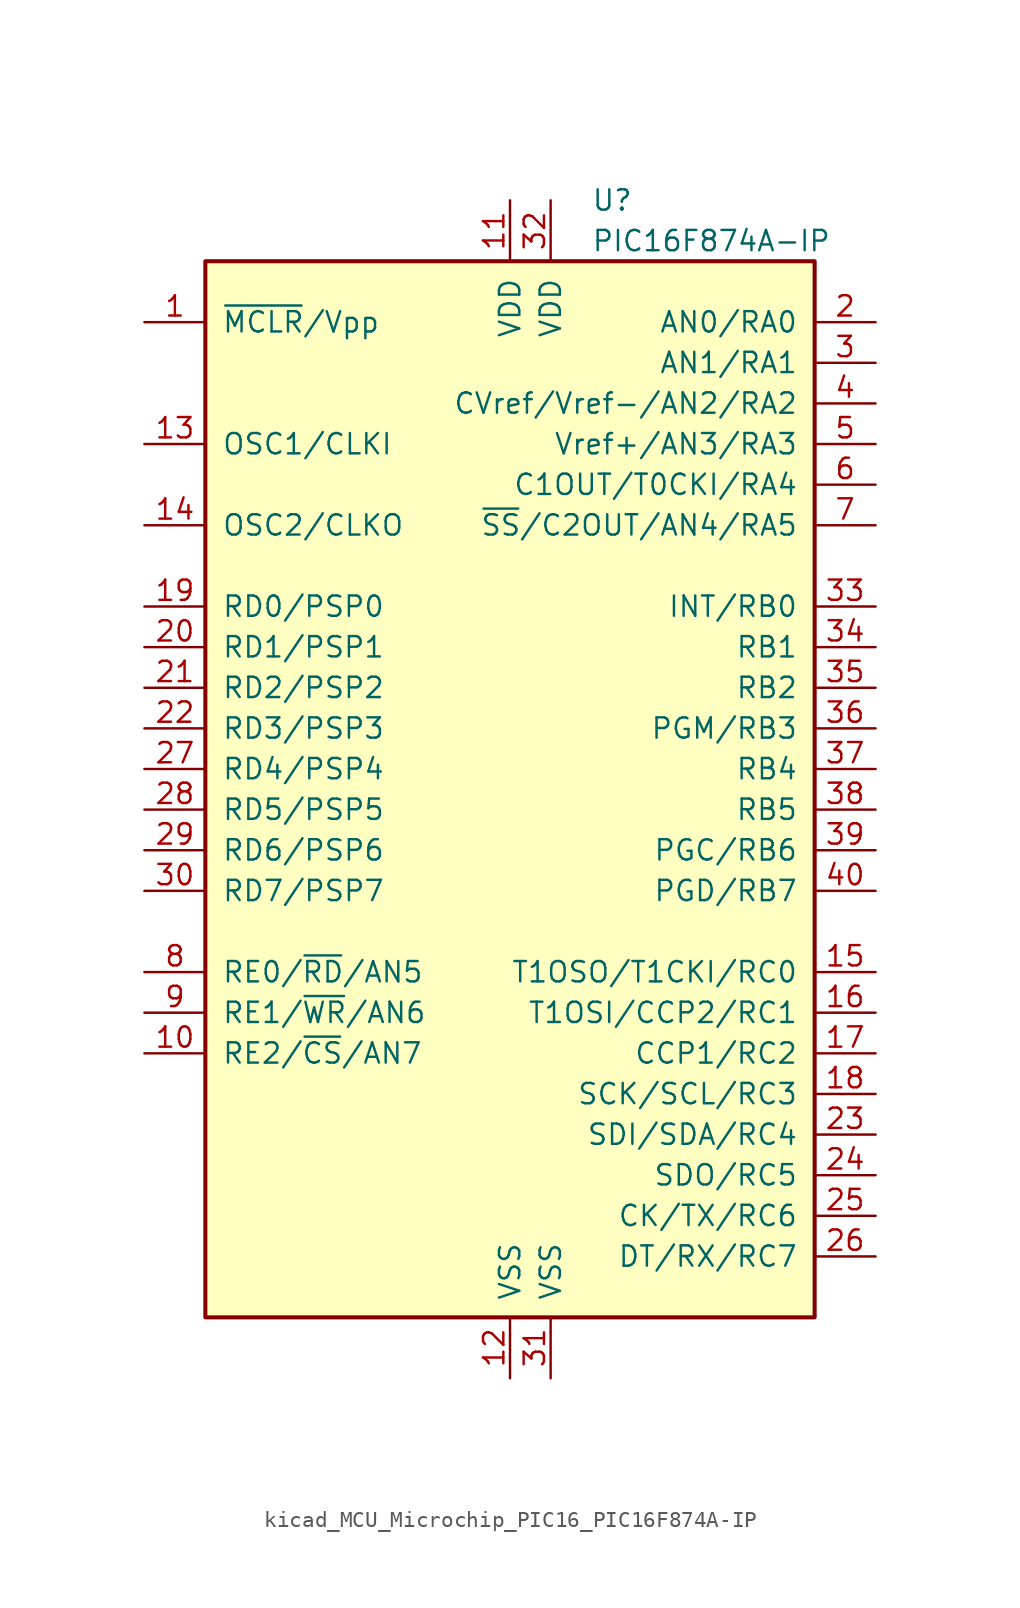
<source format=kicad_sym>
(kicad_symbol_lib
  (version 20220914)
  (generator kicad_symbol_editor)
  (symbol "kicad_MCU_Microchip_PIC16_PIC16F874A-IP"
    (pin_names
      (offset 1.016))
    (property "Reference" "U"
      (at 5.08 35.56 0)
      (effects (font (size 1.27 1.27)) (justify left)))
    (property "Value" "PIC16F874A-IP"
      (at 5.08 33.02 0)
      (effects (font (size 1.27 1.27)) (justify left)))
    (symbol "kicad_MCU_Microchip_PIC16_PIC16F874A-IP_0_1"
      (rectangle (start -19.05 31.75) (end 19.05 -34.29) (stroke (width 0.254) (type default)) (fill (type background))))
    (symbol "kicad_MCU_Microchip_PIC16_PIC16F874A-IP_1_1"
      (pin input line (at -22.86 27.94 0) (length 3.81) (name "~{MCLR}/Vpp" (effects (font (size 1.27 1.27)))) (number "1" (effects (font (size 1.27 1.27)))))
      (pin bidirectional line (at -22.86 -17.78 0) (length 3.81) (name "RE2/~{CS}/AN7" (effects (font (size 1.27 1.27)))) (number "10" (effects (font (size 1.27 1.27)))))
      (pin power_in line (at 0 35.56 270) (length 3.81) (name "VDD" (effects (font (size 1.27 1.27)))) (number "11" (effects (font (size 1.27 1.27)))))
      (pin power_in line (at 0 -38.1 90) (length 3.81) (name "VSS" (effects (font (size 1.27 1.27)))) (number "12" (effects (font (size 1.27 1.27)))))
      (pin input line (at -22.86 20.32 0) (length 3.81) (name "OSC1/CLKI" (effects (font (size 1.27 1.27)))) (number "13" (effects (font (size 1.27 1.27)))))
      (pin output line (at -22.86 15.24 0) (length 3.81) (name "OSC2/CLKO" (effects (font (size 1.27 1.27)))) (number "14" (effects (font (size 1.27 1.27)))))
      (pin bidirectional line (at 22.86 -12.7 180) (length 3.81) (name "T1OSO/T1CKI/RC0" (effects (font (size 1.27 1.27)))) (number "15" (effects (font (size 1.27 1.27)))))
      (pin bidirectional line (at 22.86 -15.24 180) (length 3.81) (name "T1OSI/CCP2/RC1" (effects (font (size 1.27 1.27)))) (number "16" (effects (font (size 1.27 1.27)))))
      (pin bidirectional line (at 22.86 -17.78 180) (length 3.81) (name "CCP1/RC2" (effects (font (size 1.27 1.27)))) (number "17" (effects (font (size 1.27 1.27)))))
      (pin bidirectional line (at 22.86 -20.32 180) (length 3.81) (name "SCK/SCL/RC3" (effects (font (size 1.27 1.27)))) (number "18" (effects (font (size 1.27 1.27)))))
      (pin bidirectional line (at -22.86 10.16 0) (length 3.81) (name "RD0/PSP0" (effects (font (size 1.27 1.27)))) (number "19" (effects (font (size 1.27 1.27)))))
      (pin bidirectional line (at 22.86 27.94 180) (length 3.81) (name "AN0/RA0" (effects (font (size 1.27 1.27)))) (number "2" (effects (font (size 1.27 1.27)))))
      (pin bidirectional line (at -22.86 7.62 0) (length 3.81) (name "RD1/PSP1" (effects (font (size 1.27 1.27)))) (number "20" (effects (font (size 1.27 1.27)))))
      (pin bidirectional line (at -22.86 5.08 0) (length 3.81) (name "RD2/PSP2" (effects (font (size 1.27 1.27)))) (number "21" (effects (font (size 1.27 1.27)))))
      (pin bidirectional line (at -22.86 2.54 0) (length 3.81) (name "RD3/PSP3" (effects (font (size 1.27 1.27)))) (number "22" (effects (font (size 1.27 1.27)))))
      (pin bidirectional line (at 22.86 -22.86 180) (length 3.81) (name "SDI/SDA/RC4" (effects (font (size 1.27 1.27)))) (number "23" (effects (font (size 1.27 1.27)))))
      (pin bidirectional line (at 22.86 -25.4 180) (length 3.81) (name "SDO/RC5" (effects (font (size 1.27 1.27)))) (number "24" (effects (font (size 1.27 1.27)))))
      (pin bidirectional line (at 22.86 -27.94 180) (length 3.81) (name "CK/TX/RC6" (effects (font (size 1.27 1.27)))) (number "25" (effects (font (size 1.27 1.27)))))
      (pin bidirectional line (at 22.86 -30.48 180) (length 3.81) (name "DT/RX/RC7" (effects (font (size 1.27 1.27)))) (number "26" (effects (font (size 1.27 1.27)))))
      (pin bidirectional line (at -22.86 0 0) (length 3.81) (name "RD4/PSP4" (effects (font (size 1.27 1.27)))) (number "27" (effects (font (size 1.27 1.27)))))
      (pin bidirectional line (at -22.86 -2.54 0) (length 3.81) (name "RD5/PSP5" (effects (font (size 1.27 1.27)))) (number "28" (effects (font (size 1.27 1.27)))))
      (pin bidirectional line (at -22.86 -5.08 0) (length 3.81) (name "RD6/PSP6" (effects (font (size 1.27 1.27)))) (number "29" (effects (font (size 1.27 1.27)))))
      (pin bidirectional line (at 22.86 25.4 180) (length 3.81) (name "AN1/RA1" (effects (font (size 1.27 1.27)))) (number "3" (effects (font (size 1.27 1.27)))))
      (pin bidirectional line (at -22.86 -7.62 0) (length 3.81) (name "RD7/PSP7" (effects (font (size 1.27 1.27)))) (number "30" (effects (font (size 1.27 1.27)))))
      (pin power_in line (at 2.54 -38.1 90) (length 3.81) (name "VSS" (effects (font (size 1.27 1.27)))) (number "31" (effects (font (size 1.27 1.27)))))
      (pin power_in line (at 2.54 35.56 270) (length 3.81) (name "VDD" (effects (font (size 1.27 1.27)))) (number "32" (effects (font (size 1.27 1.27)))))
      (pin bidirectional line (at 22.86 10.16 180) (length 3.81) (name "INT/RB0" (effects (font (size 1.27 1.27)))) (number "33" (effects (font (size 1.27 1.27)))))
      (pin bidirectional line (at 22.86 7.62 180) (length 3.81) (name "RB1" (effects (font (size 1.27 1.27)))) (number "34" (effects (font (size 1.27 1.27)))))
      (pin bidirectional line (at 22.86 5.08 180) (length 3.81) (name "RB2" (effects (font (size 1.27 1.27)))) (number "35" (effects (font (size 1.27 1.27)))))
      (pin bidirectional line (at 22.86 2.54 180) (length 3.81) (name "PGM/RB3" (effects (font (size 1.27 1.27)))) (number "36" (effects (font (size 1.27 1.27)))))
      (pin bidirectional line (at 22.86 0 180) (length 3.81) (name "RB4" (effects (font (size 1.27 1.27)))) (number "37" (effects (font (size 1.27 1.27)))))
      (pin bidirectional line (at 22.86 -2.54 180) (length 3.81) (name "RB5" (effects (font (size 1.27 1.27)))) (number "38" (effects (font (size 1.27 1.27)))))
      (pin bidirectional line (at 22.86 -5.08 180) (length 3.81) (name "PGC/RB6" (effects (font (size 1.27 1.27)))) (number "39" (effects (font (size 1.27 1.27)))))
      (pin bidirectional line (at 22.86 22.86 180) (length 3.81) (name "CVref/Vref-/AN2/RA2" (effects (font (size 1.27 1.27)))) (number "4" (effects (font (size 1.27 1.27)))))
      (pin bidirectional line (at 22.86 -7.62 180) (length 3.81) (name "PGD/RB7" (effects (font (size 1.27 1.27)))) (number "40" (effects (font (size 1.27 1.27)))))
      (pin bidirectional line (at 22.86 20.32 180) (length 3.81) (name "Vref+/AN3/RA3" (effects (font (size 1.27 1.27)))) (number "5" (effects (font (size 1.27 1.27)))))
      (pin bidirectional line (at 22.86 17.78 180) (length 3.81) (name "C1OUT/T0CKI/RA4" (effects (font (size 1.27 1.27)))) (number "6" (effects (font (size 1.27 1.27)))))
      (pin bidirectional line (at 22.86 15.24 180) (length 3.81) (name "~{SS}/C2OUT/AN4/RA5" (effects (font (size 1.27 1.27)))) (number "7" (effects (font (size 1.27 1.27)))))
      (pin bidirectional line (at -22.86 -12.7 0) (length 3.81) (name "RE0/~{RD}/AN5" (effects (font (size 1.27 1.27)))) (number "8" (effects (font (size 1.27 1.27)))))
      (pin bidirectional line (at -22.86 -15.24 0) (length 3.81) (name "RE1/~{WR}/AN6" (effects (font (size 1.27 1.27)))) (number "9" (effects (font (size 1.27 1.27))))))))
</source>
